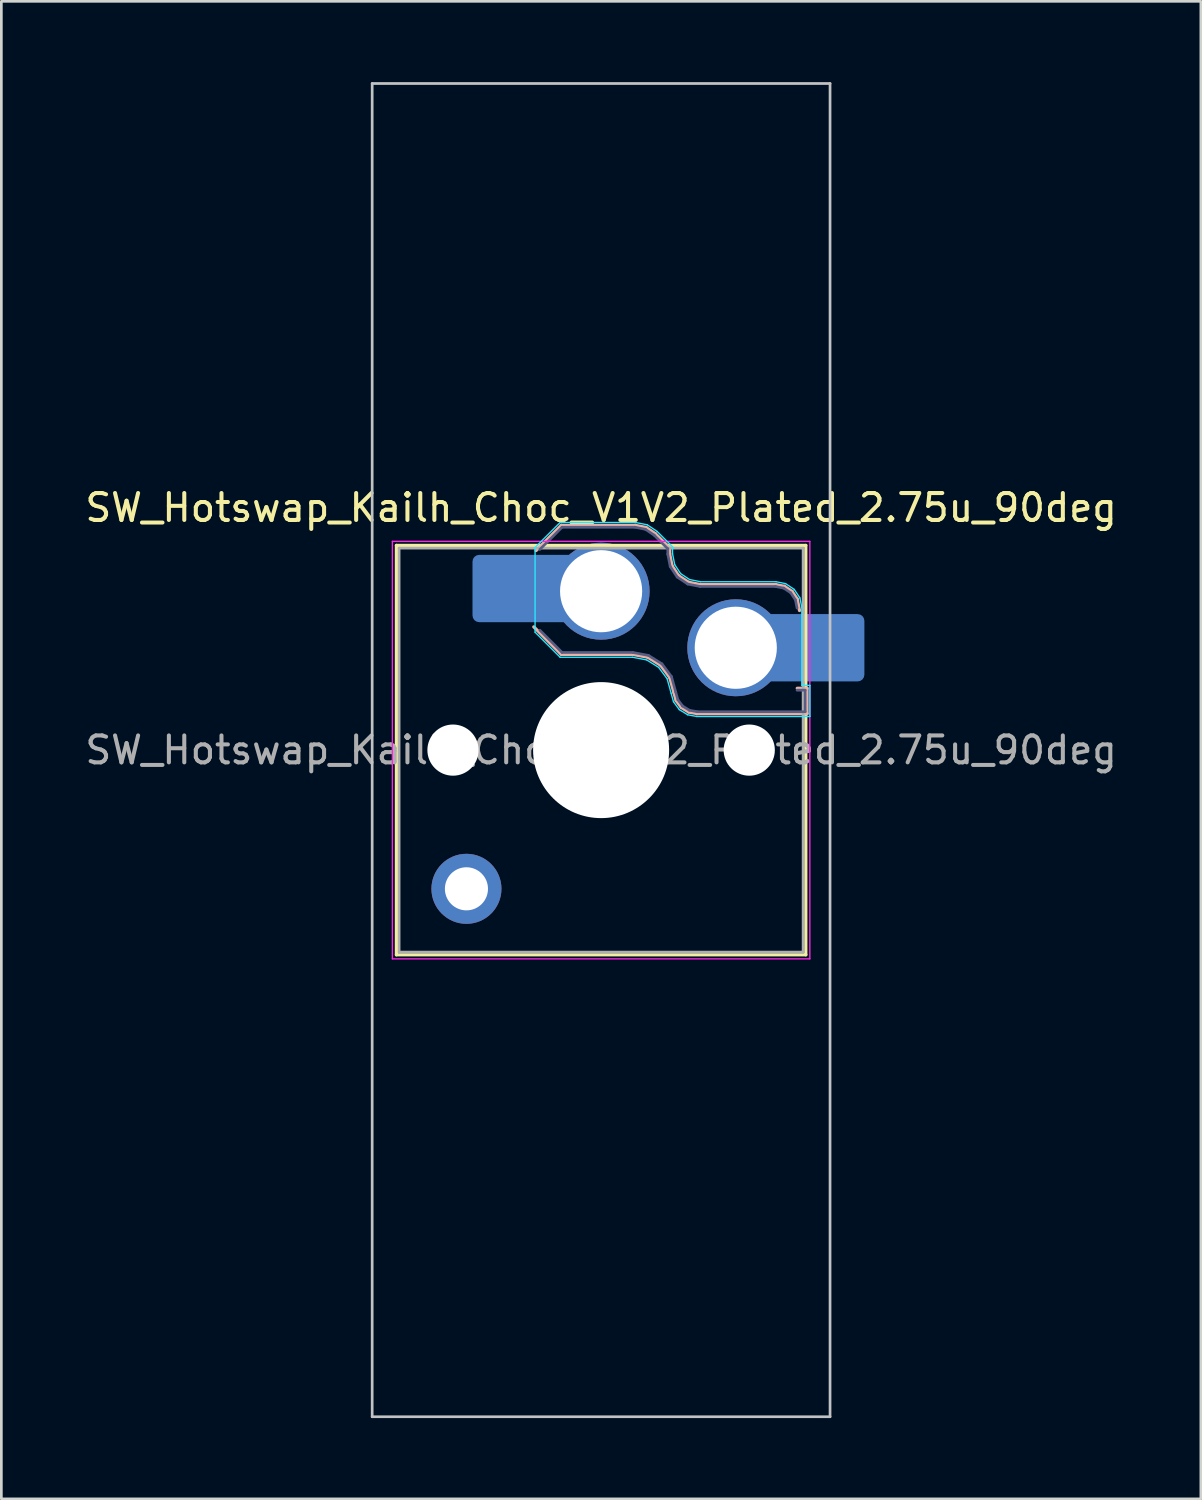
<source format=kicad_pcb>
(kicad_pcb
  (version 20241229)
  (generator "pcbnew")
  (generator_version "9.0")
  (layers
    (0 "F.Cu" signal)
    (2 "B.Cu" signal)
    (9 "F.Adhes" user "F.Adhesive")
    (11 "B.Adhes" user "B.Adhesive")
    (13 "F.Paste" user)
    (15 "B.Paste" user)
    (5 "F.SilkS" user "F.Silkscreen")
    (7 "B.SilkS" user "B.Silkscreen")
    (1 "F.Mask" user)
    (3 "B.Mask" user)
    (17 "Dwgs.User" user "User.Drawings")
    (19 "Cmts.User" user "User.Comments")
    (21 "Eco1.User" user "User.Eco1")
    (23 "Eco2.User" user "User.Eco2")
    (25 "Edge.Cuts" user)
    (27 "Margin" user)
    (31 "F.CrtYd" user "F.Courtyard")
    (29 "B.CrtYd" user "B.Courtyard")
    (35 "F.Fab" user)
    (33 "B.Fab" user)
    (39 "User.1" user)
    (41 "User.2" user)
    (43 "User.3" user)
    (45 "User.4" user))
  (footprint "SW_Hotswap_Kailh_Choc_V1V2_Plated_2.75u_90deg"
    (layer "F.Cu")
    (at 19.268 24.8)
    (property "Reference" "SW_Hotswap_Kailh_Choc_V1V2_Plated_2.75u_90deg" (at 0 -9 0) (layer "F.SilkS") (effects (font (size 1 1) (thickness 0.15))))
    (attr smd)
    (fp_line (start -7.6 -7.6) (end -7.6 7.6) (stroke (width 0.12) (type solid)) (layer "F.SilkS"))
    (fp_line (start -7.6 7.6) (end 7.6 7.6) (stroke (width 0.12) (type solid)) (layer "F.SilkS"))
    (fp_line (start 7.6 -7.6) (end -7.6 -7.6) (stroke (width 0.12) (type solid)) (layer "F.SilkS"))
    (fp_line (start 7.6 7.6) (end 7.6 -7.6) (stroke (width 0.12) (type solid)) (layer "F.SilkS"))
    (fp_line (start -2.416 -7.409) (end -1.479 -8.346) (stroke (width 0.12) (type solid)) (layer "B.SilkS"))
    (fp_line (start -1.479 -8.346) (end 1.268 -8.346) (stroke (width 0.12) (type solid)) (layer "B.SilkS"))
    (fp_line (start -1.479 -3.554) (end -2.5 -4.575) (stroke (width 0.12) (type solid)) (layer "B.SilkS"))
    (fp_line (start 1.168 -3.554) (end -1.479 -3.554) (stroke (width 0.12) (type solid)) (layer "B.SilkS"))
    (fp_line (start 1.268 -8.346) (end 1.671 -8.266) (stroke (width 0.12) (type solid)) (layer "B.SilkS"))
    (fp_line (start 1.671 -8.266) (end 2.013 -8.037) (stroke (width 0.12) (type solid)) (layer "B.SilkS"))
    (fp_line (start 1.73 -3.449) (end 1.168 -3.554) (stroke (width 0.12) (type solid)) (layer "B.SilkS"))
    (fp_line (start 2.013 -8.037) (end 2.546 -7.504) (stroke (width 0.12) (type solid)) (layer "B.SilkS"))
    (fp_line (start 2.209 -3.15) (end 1.73 -3.449) (stroke (width 0.12) (type solid)) (layer "B.SilkS"))
    (fp_line (start 2.546 -7.504) (end 2.546 -7.282) (stroke (width 0.12) (type solid)) (layer "B.SilkS"))
    (fp_line (start 2.546 -7.282) (end 2.633 -6.844) (stroke (width 0.12) (type solid)) (layer "B.SilkS"))
    (fp_line (start 2.547 -2.697) (end 2.209 -3.15) (stroke (width 0.12) (type solid)) (layer "B.SilkS"))
    (fp_line (start 2.633 -6.844) (end 2.877 -6.477) (stroke (width 0.12) (type solid)) (layer "B.SilkS"))
    (fp_line (start 2.701 -2.139) (end 2.547 -2.697) (stroke (width 0.12) (type solid)) (layer "B.SilkS"))
    (fp_line (start 2.783 -1.841) (end 2.701 -2.139) (stroke (width 0.12) (type solid)) (layer "B.SilkS"))
    (fp_line (start 2.877 -6.477) (end 3.244 -6.233) (stroke (width 0.12) (type solid)) (layer "B.SilkS"))
    (fp_line (start 2.976 -1.583) (end 2.783 -1.841) (stroke (width 0.12) (type solid)) (layer "B.SilkS"))
    (fp_line (start 3.244 -6.233) (end 3.682 -6.146) (stroke (width 0.12) (type solid)) (layer "B.SilkS"))
    (fp_line (start 3.25 -1.413) (end 2.976 -1.583) (stroke (width 0.12) (type solid)) (layer "B.SilkS"))
    (fp_line (start 3.56 -1.354) (end 3.25 -1.413) (stroke (width 0.12) (type solid)) (layer "B.SilkS"))
    (fp_line (start 3.682 -6.146) (end 6.482 -6.146) (stroke (width 0.12) (type solid)) (layer "B.SilkS"))
    (fp_line (start 6.482 -6.146) (end 6.809 -6.081) (stroke (width 0.12) (type solid)) (layer "B.SilkS"))
    (fp_line (start 6.809 -6.081) (end 7.092 -5.892) (stroke (width 0.12) (type solid)) (layer "B.SilkS"))
    (fp_line (start 7.092 -5.892) (end 7.281 -5.609) (stroke (width 0.12) (type solid)) (layer "B.SilkS"))
    (fp_line (start 7.281 -5.609) (end 7.366 -5.182) (stroke (width 0.12) (type solid)) (layer "B.SilkS"))
    (fp_line (start 7.283 -2.296) (end 7.646 -2.296) (stroke (width 0.12) (type solid)) (layer "B.SilkS"))
    (fp_line (start 7.646 -2.296) (end 7.646 -1.354) (stroke (width 0.12) (type solid)) (layer "B.SilkS"))
    (fp_line (start 7.646 -1.354) (end 3.56 -1.354) (stroke (width 0.12) (type solid)) (layer "B.SilkS"))
    (fp_line (start -8.5 -24.75) (end 8.5 -24.75) (stroke (width 0.1) (type solid)) (layer "Dwgs.User"))
    (fp_line (start -8.5 24.75) (end -8.5 -24.75) (stroke (width 0.1) (type solid)) (layer "Dwgs.User"))
    (fp_line (start 8.5 -24.75) (end 8.5 24.75) (stroke (width 0.1) (type solid)) (layer "Dwgs.User"))
    (fp_line (start 8.5 24.75) (end -8.5 24.75) (stroke (width 0.1) (type solid)) (layer "Dwgs.User"))
    (fp_line (start -7.25 -7.25) (end -7.25 7.25) (stroke (width 0.1) (type solid)) (layer "Eco1.User"))
    (fp_line (start -7.25 7.25) (end 7.25 7.25) (stroke (width 0.1) (type solid)) (layer "Eco1.User"))
    (fp_line (start 7.25 -7.25) (end -7.25 -7.25) (stroke (width 0.1) (type solid)) (layer "Eco1.User"))
    (fp_line (start 7.25 7.25) (end 7.25 -7.25) (stroke (width 0.1) (type solid)) (layer "Eco1.User"))
    (fp_line (start -2.452 -7.523) (end -1.523 -8.452) (stroke (width 0.05) (type solid)) (layer "B.CrtYd"))
    (fp_line (start -2.452 -4.377) (end -2.452 -7.523) (stroke (width 0.05) (type solid)) (layer "B.CrtYd"))
    (fp_line (start -1.523 -8.452) (end 1.278 -8.452) (stroke (width 0.05) (type solid)) (layer "B.CrtYd"))
    (fp_line (start -1.523 -3.448) (end -2.452 -4.377) (stroke (width 0.05) (type solid)) (layer "B.CrtYd"))
    (fp_line (start 1.159 -3.448) (end -1.523 -3.448) (stroke (width 0.05) (type solid)) (layer "B.CrtYd"))
    (fp_line (start 1.278 -8.452) (end 1.712 -8.366) (stroke (width 0.05) (type solid)) (layer "B.CrtYd"))
    (fp_line (start 1.691 -3.348) (end 1.159 -3.448) (stroke (width 0.05) (type solid)) (layer "B.CrtYd"))
    (fp_line (start 1.712 -8.366) (end 2.081 -8.119) (stroke (width 0.05) (type solid)) (layer "B.CrtYd"))
    (fp_line (start 2.081 -8.119) (end 2.652 -7.548) (stroke (width 0.05) (type solid)) (layer "B.CrtYd"))
    (fp_line (start 2.136 -3.071) (end 1.691 -3.348) (stroke (width 0.05) (type solid)) (layer "B.CrtYd"))
    (fp_line (start 2.45 -2.65) (end 2.136 -3.071) (stroke (width 0.05) (type solid)) (layer "B.CrtYd"))
    (fp_line (start 2.599 -2.111) (end 2.45 -2.65) (stroke (width 0.05) (type solid)) (layer "B.CrtYd"))
    (fp_line (start 2.652 -7.548) (end 2.652 -7.292) (stroke (width 0.05) (type solid)) (layer "B.CrtYd"))
    (fp_line (start 2.652 -7.292) (end 2.733 -6.885) (stroke (width 0.05) (type solid)) (layer "B.CrtYd"))
    (fp_line (start 2.687 -1.794) (end 2.599 -2.111) (stroke (width 0.05) (type solid)) (layer "B.CrtYd"))
    (fp_line (start 2.733 -6.885) (end 2.953 -6.553) (stroke (width 0.05) (type solid)) (layer "B.CrtYd"))
    (fp_line (start 2.903 -1.503) (end 2.687 -1.794) (stroke (width 0.05) (type solid)) (layer "B.CrtYd"))
    (fp_line (start 2.953 -6.553) (end 3.285 -6.333) (stroke (width 0.05) (type solid)) (layer "B.CrtYd"))
    (fp_line (start 3.211 -1.312) (end 2.903 -1.503) (stroke (width 0.05) (type solid)) (layer "B.CrtYd"))
    (fp_line (start 3.285 -6.333) (end 3.692 -6.252) (stroke (width 0.05) (type solid)) (layer "B.CrtYd"))
    (fp_line (start 3.55 -1.248) (end 3.211 -1.312) (stroke (width 0.05) (type solid)) (layer "B.CrtYd"))
    (fp_line (start 3.692 -6.252) (end 6.492 -6.252) (stroke (width 0.05) (type solid)) (layer "B.CrtYd"))
    (fp_line (start 6.492 -6.252) (end 6.85 -6.181) (stroke (width 0.05) (type solid)) (layer "B.CrtYd"))
    (fp_line (start 6.85 -6.181) (end 7.168 -5.968) (stroke (width 0.05) (type solid)) (layer "B.CrtYd"))
    (fp_line (start 7.168 -5.968) (end 7.381 -5.65) (stroke (width 0.05) (type solid)) (layer "B.CrtYd"))
    (fp_line (start 7.381 -5.65) (end 7.452 -5.292) (stroke (width 0.05) (type solid)) (layer "B.CrtYd"))
    (fp_line (start 7.452 -5.292) (end 7.452 -2.402) (stroke (width 0.05) (type solid)) (layer "B.CrtYd"))
    (fp_line (start 7.452 -2.402) (end 7.752 -2.402) (stroke (width 0.05) (type solid)) (layer "B.CrtYd"))
    (fp_line (start 7.752 -2.402) (end 7.752 -1.248) (stroke (width 0.05) (type solid)) (layer "B.CrtYd"))
    (fp_line (start 7.752 -1.248) (end 3.55 -1.248) (stroke (width 0.05) (type solid)) (layer "B.CrtYd"))
    (fp_line (start -7.75 -7.75) (end -7.75 7.75) (stroke (width 0.05) (type solid)) (layer "F.CrtYd"))
    (fp_line (start -7.75 7.75) (end 7.75 7.75) (stroke (width 0.05) (type solid)) (layer "F.CrtYd"))
    (fp_line (start 7.75 -7.75) (end -7.75 -7.75) (stroke (width 0.05) (type solid)) (layer "F.CrtYd"))
    (fp_line (start 7.75 7.75) (end 7.75 -7.75) (stroke (width 0.05) (type solid)) (layer "F.CrtYd"))
    (fp_line (start -2.275 -7.45) (end -1.45 -8.275) (stroke (width 0.1) (type solid)) (layer "B.Fab"))
    (fp_line (start -1.45 -8.275) (end 1.261 -8.275) (stroke (width 0.1) (type solid)) (layer "B.Fab"))
    (fp_line (start -1.45 -3.625) (end -2.275 -4.45) (stroke (width 0.1) (type solid)) (layer "B.Fab"))
    (fp_line (start 1.175 -3.625) (end -1.45 -3.625) (stroke (width 0.1) (type solid)) (layer "B.Fab"))
    (fp_line (start 1.261 -8.275) (end 1.643 -8.199) (stroke (width 0.1) (type solid)) (layer "B.Fab"))
    (fp_line (start 1.643 -8.199) (end 1.968 -7.982) (stroke (width 0.1) (type solid)) (layer "B.Fab"))
    (fp_line (start 1.756 -3.516) (end 1.175 -3.625) (stroke (width 0.1) (type solid)) (layer "B.Fab"))
    (fp_line (start 1.968 -7.982) (end 2.475 -7.475) (stroke (width 0.1) (type solid)) (layer "B.Fab"))
    (fp_line (start 2.258 -3.203) (end 1.756 -3.516) (stroke (width 0.1) (type solid)) (layer "B.Fab"))
    (fp_line (start 2.475 -7.475) (end 2.475 -7.275) (stroke (width 0.1) (type solid)) (layer "B.Fab"))
    (fp_line (start 2.475 -7.275) (end 2.566 -6.816) (stroke (width 0.1) (type solid)) (layer "B.Fab"))
    (fp_line (start 2.566 -6.816) (end 2.826 -6.426) (stroke (width 0.1) (type solid)) (layer "B.Fab"))
    (fp_line (start 2.612 -2.729) (end 2.258 -3.203) (stroke (width 0.1) (type solid)) (layer "B.Fab"))
    (fp_line (start 2.769 -2.158) (end 2.612 -2.729) (stroke (width 0.1) (type solid)) (layer "B.Fab"))
    (fp_line (start 2.826 -6.426) (end 3.216 -6.166) (stroke (width 0.1) (type solid)) (layer "B.Fab"))
    (fp_line (start 2.848 -1.873) (end 2.769 -2.158) (stroke (width 0.1) (type solid)) (layer "B.Fab"))
    (fp_line (start 3.025 -1.636) (end 2.848 -1.873) (stroke (width 0.1) (type solid)) (layer "B.Fab"))
    (fp_line (start 3.216 -6.166) (end 3.675 -6.075) (stroke (width 0.1) (type solid)) (layer "B.Fab"))
    (fp_line (start 3.276 -1.48) (end 3.025 -1.636) (stroke (width 0.1) (type solid)) (layer "B.Fab"))
    (fp_line (start 3.567 -1.425) (end 3.276 -1.48) (stroke (width 0.1) (type solid)) (layer "B.Fab"))
    (fp_line (start 3.675 -6.075) (end 6.475 -6.075) (stroke (width 0.1) (type solid)) (layer "B.Fab"))
    (fp_line (start 6.475 -6.075) (end 6.781 -6.014) (stroke (width 0.1) (type solid)) (layer "B.Fab"))
    (fp_line (start 6.781 -6.014) (end 7.041 -5.841) (stroke (width 0.1) (type solid)) (layer "B.Fab"))
    (fp_line (start 7.041 -5.841) (end 7.214 -5.581) (stroke (width 0.1) (type solid)) (layer "B.Fab"))
    (fp_line (start 7.214 -5.581) (end 7.275 -5.275) (stroke (width 0.1) (type solid)) (layer "B.Fab"))
    (fp_line (start 7.275 -2.225) (end 7.575 -2.225) (stroke (width 0.1) (type solid)) (layer "B.Fab"))
    (fp_line (start 7.575 -2.225) (end 7.575 -1.425) (stroke (width 0.1) (type solid)) (layer "B.Fab"))
    (fp_line (start 7.575 -1.425) (end 3.567 -1.425) (stroke (width 0.1) (type solid)) (layer "B.Fab"))
    (fp_line (start -7.5 -7.5) (end -7.5 7.5) (stroke (width 0.1) (type solid)) (layer "F.Fab"))
    (fp_line (start -7.5 7.5) (end 7.5 7.5) (stroke (width 0.1) (type solid)) (layer "F.Fab"))
    (fp_line (start 7.5 -7.5) (end -7.5 -7.5) (stroke (width 0.1) (type solid)) (layer "F.Fab"))
    (fp_line (start 7.5 7.5) (end 7.5 -7.5) (stroke (width 0.1) (type solid)) (layer "F.Fab"))
    (fp_text user "${REFERENCE}" (at 0 0 0) (layer "F.Fab") (effects (font (size 1 1) (thickness 0.15))))
    (pad "" np_thru_hole circle (at -5.5 0) (size 1.9 1.9) (drill 1.9) (layers "*.Cu" "*.Mask"))
    (pad "" thru_hole circle (at -5 5.15) (size 2.6 2.6) (drill 1.6) (layers "*.Cu" "*.Mask"))
    (pad "" smd roundrect (at -3.5 -6) (size 2.55 2.5) (layers "B.Mask" "B.Paste") (roundrect_rratio 0.1))
    (pad "" np_thru_hole circle (at 0 0) (size 5.05 5.05) (drill 5.05) (layers "*.Cu" "*.Mask"))
    (pad "" np_thru_hole circle (at 5.5 0) (size 1.9 1.9) (drill 1.9) (layers "*.Cu" "*.Mask"))
    (pad "" smd roundrect (at 8.5 -3.8) (size 2.55 2.5) (layers "B.Mask" "B.Paste") (roundrect_rratio 0.1))
    (pad "1" smd roundrect (at -2.85 -6) (size 3.85 2.5) (layers "B.Cu") (roundrect_rratio 0.1))
    (pad "1" thru_hole circle (at 0 -5.9) (size 3.6 3.6) (drill 3.05) (layers "*.Cu" "*.Mask"))
    (pad "2" thru_hole circle (at 5 -3.8) (size 3.6 3.6) (drill 3.05) (layers "*.Cu" "*.Mask"))
    (pad "2" smd roundrect (at 7.85 -3.8) (size 3.85 2.5) (layers "B.Cu") (roundrect_rratio 0.1)))
  (gr_rect
    (start -3 -3)
    (end 41.536 52.6)
    (stroke (width 0.1) (type default))
    (fill no)
    (layer "Edge.Cuts")))
</source>
